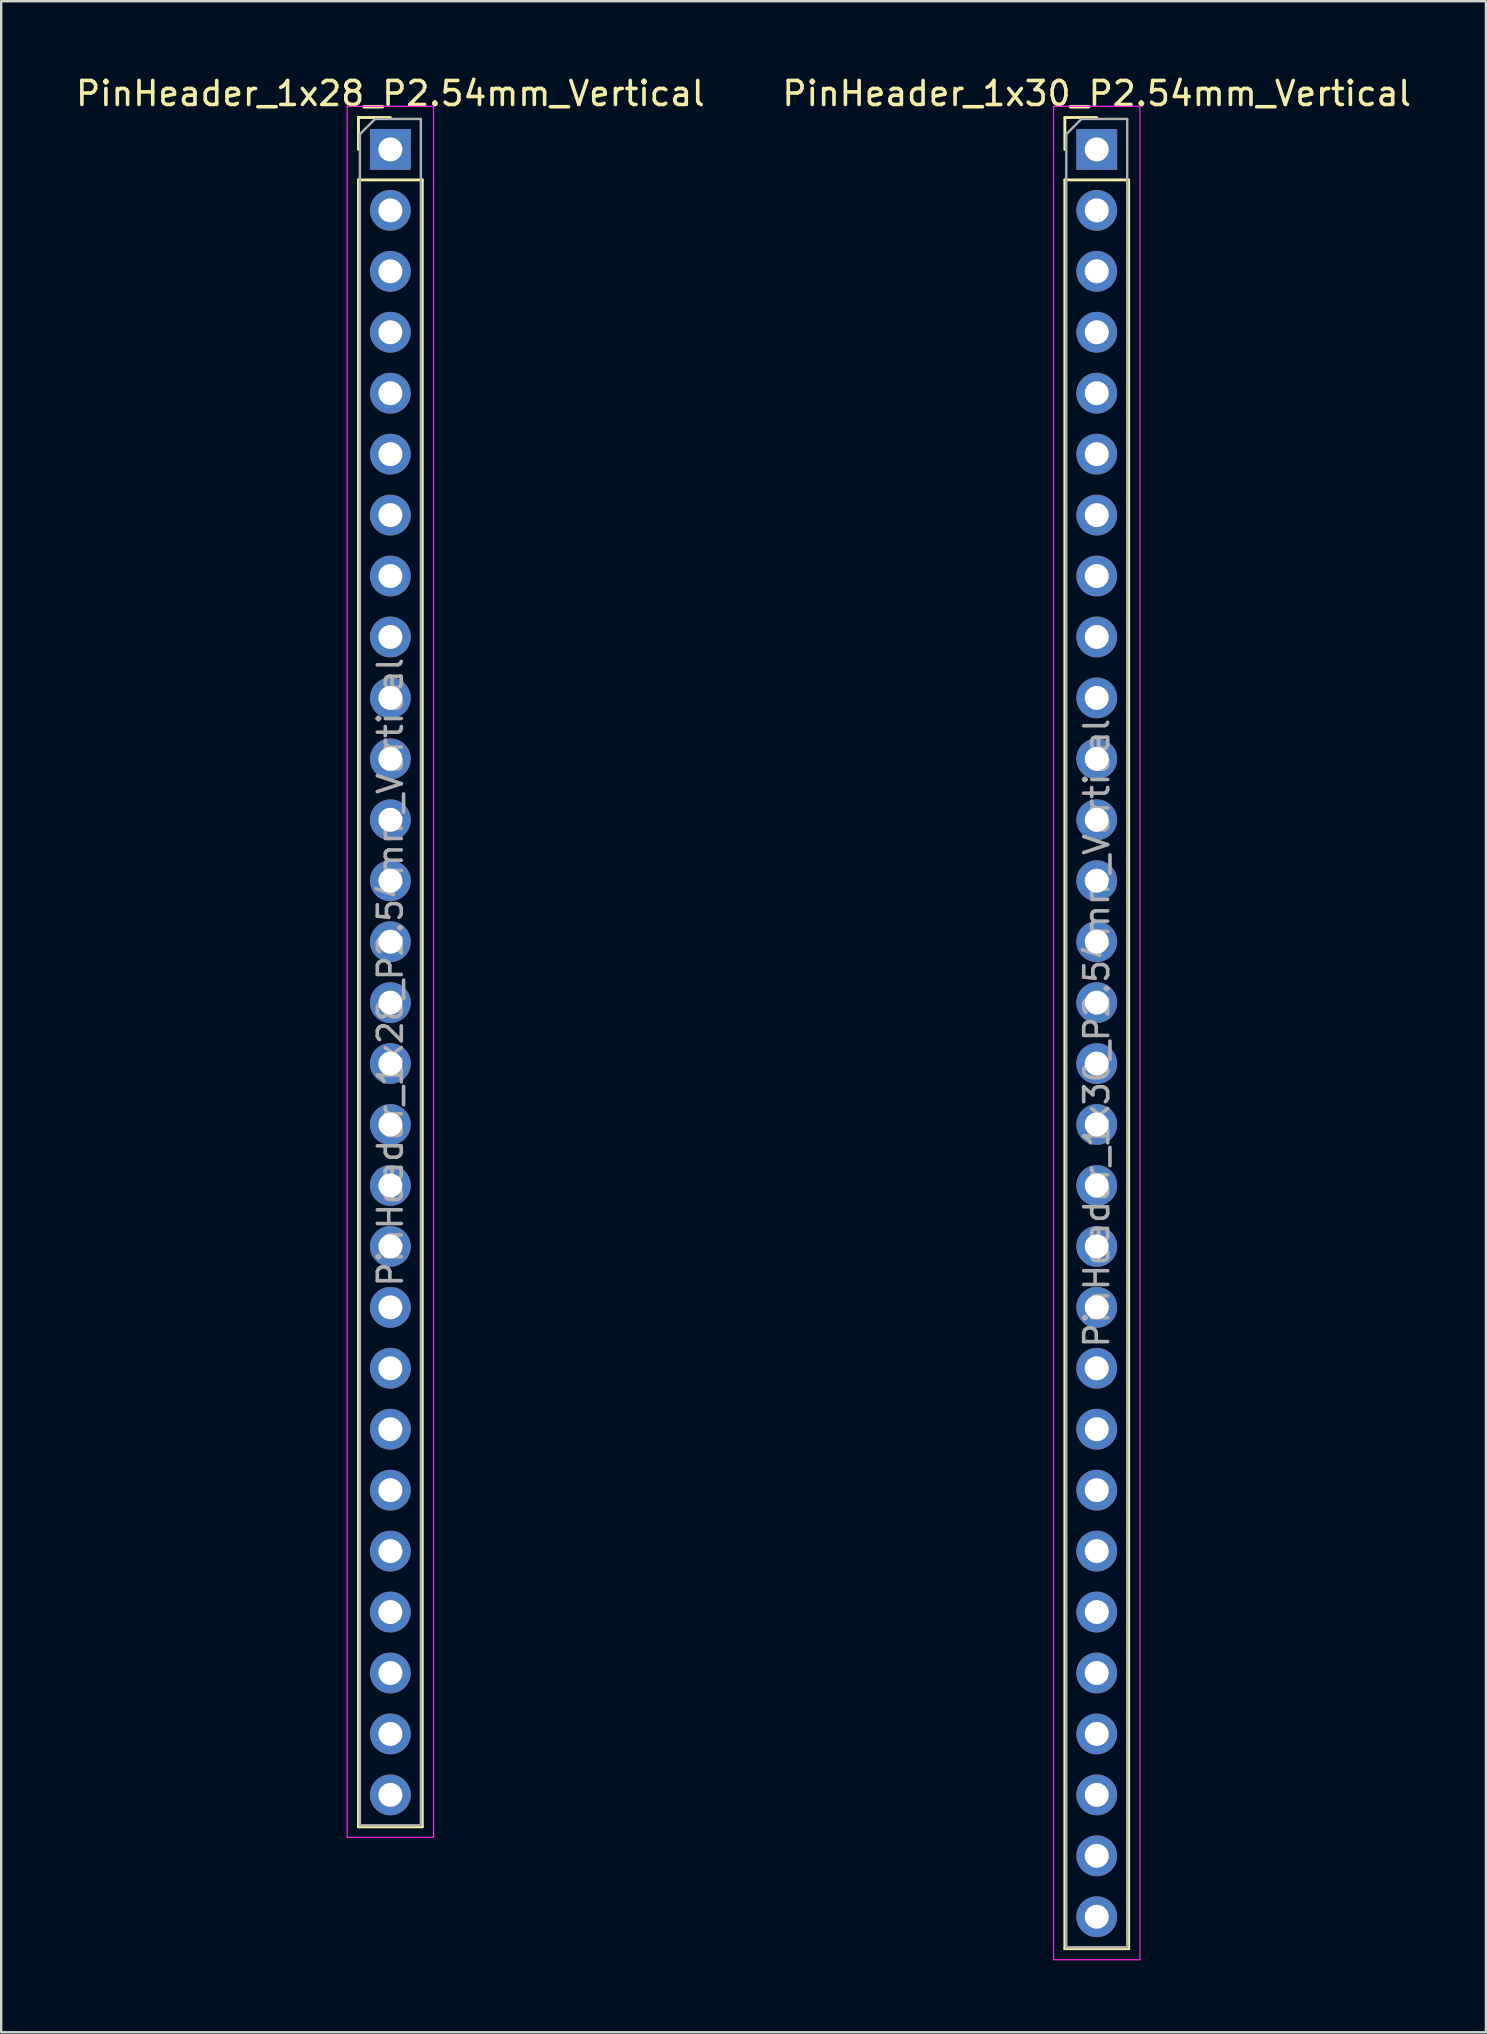
<source format=kicad_pcb>
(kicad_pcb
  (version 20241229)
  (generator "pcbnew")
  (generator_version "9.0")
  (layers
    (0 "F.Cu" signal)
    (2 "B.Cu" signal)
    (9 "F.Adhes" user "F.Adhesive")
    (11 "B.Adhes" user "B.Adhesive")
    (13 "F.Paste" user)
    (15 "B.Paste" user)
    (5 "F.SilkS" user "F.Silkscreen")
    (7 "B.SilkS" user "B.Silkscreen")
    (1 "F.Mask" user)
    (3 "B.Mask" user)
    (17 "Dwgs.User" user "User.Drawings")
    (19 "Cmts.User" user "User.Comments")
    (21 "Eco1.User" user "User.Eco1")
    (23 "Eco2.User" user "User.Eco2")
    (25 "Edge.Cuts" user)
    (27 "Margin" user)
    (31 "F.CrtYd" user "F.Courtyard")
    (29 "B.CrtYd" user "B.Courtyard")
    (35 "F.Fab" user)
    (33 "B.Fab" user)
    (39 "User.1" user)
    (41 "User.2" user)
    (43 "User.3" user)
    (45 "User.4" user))
  (footprint "PinHeader_1x30_P2.54mm_Vertical"
    (layer "F.Cu")
    (at 42.661 3.178)
    (property "Reference" "PinHeader_1x30_P2.54mm_Vertical" (at 0 -2.33 0) (layer "F.SilkS") (effects (font (size 1 1) (thickness 0.15))))
    (attr through_hole)
    (fp_line (start -1.33 -1.33) (end 0 -1.33) (stroke (width 0.12) (type solid)) (layer "F.SilkS"))
    (fp_line (start -1.33 0) (end -1.33 -1.33) (stroke (width 0.12) (type solid)) (layer "F.SilkS"))
    (fp_line (start -1.33 1.27) (end -1.33 74.99) (stroke (width 0.12) (type solid)) (layer "F.SilkS"))
    (fp_line (start -1.33 1.27) (end 1.33 1.27) (stroke (width 0.12) (type solid)) (layer "F.SilkS"))
    (fp_line (start -1.33 74.99) (end 1.33 74.99) (stroke (width 0.12) (type solid)) (layer "F.SilkS"))
    (fp_line (start 1.33 1.27) (end 1.33 74.99) (stroke (width 0.12) (type solid)) (layer "F.SilkS"))
    (fp_line (start -1.8 -1.8) (end -1.8 75.45) (stroke (width 0.05) (type solid)) (layer "F.CrtYd"))
    (fp_line (start -1.8 75.45) (end 1.8 75.45) (stroke (width 0.05) (type solid)) (layer "F.CrtYd"))
    (fp_line (start 1.8 -1.8) (end -1.8 -1.8) (stroke (width 0.05) (type solid)) (layer "F.CrtYd"))
    (fp_line (start 1.8 75.45) (end 1.8 -1.8) (stroke (width 0.05) (type solid)) (layer "F.CrtYd"))
    (fp_line (start -1.27 -0.635) (end -0.635 -1.27) (stroke (width 0.1) (type solid)) (layer "F.Fab"))
    (fp_line (start -1.27 74.93) (end -1.27 -0.635) (stroke (width 0.1) (type solid)) (layer "F.Fab"))
    (fp_line (start -0.635 -1.27) (end 1.27 -1.27) (stroke (width 0.1) (type solid)) (layer "F.Fab"))
    (fp_line (start 1.27 -1.27) (end 1.27 74.93) (stroke (width 0.1) (type solid)) (layer "F.Fab"))
    (fp_line (start 1.27 74.93) (end -1.27 74.93) (stroke (width 0.1) (type solid)) (layer "F.Fab"))
    (fp_text user "${REFERENCE}" (at 0 36.83 90) (layer "F.Fab") (effects (font (size 1 1) (thickness 0.15))))
    (pad "1" thru_hole rect (at 0 0) (size 1.7 1.7) (drill 1) (layers "*.Cu" "*.Mask"))
    (pad "2" thru_hole oval (at 0 2.54) (size 1.7 1.7) (drill 1) (layers "*.Cu" "*.Mask"))
    (pad "3" thru_hole oval (at 0 5.08) (size 1.7 1.7) (drill 1) (layers "*.Cu" "*.Mask"))
    (pad "4" thru_hole oval (at 0 7.62) (size 1.7 1.7) (drill 1) (layers "*.Cu" "*.Mask"))
    (pad "5" thru_hole oval (at 0 10.16) (size 1.7 1.7) (drill 1) (layers "*.Cu" "*.Mask"))
    (pad "6" thru_hole oval (at 0 12.7) (size 1.7 1.7) (drill 1) (layers "*.Cu" "*.Mask"))
    (pad "7" thru_hole oval (at 0 15.24) (size 1.7 1.7) (drill 1) (layers "*.Cu" "*.Mask"))
    (pad "8" thru_hole oval (at 0 17.78) (size 1.7 1.7) (drill 1) (layers "*.Cu" "*.Mask"))
    (pad "9" thru_hole oval (at 0 20.32) (size 1.7 1.7) (drill 1) (layers "*.Cu" "*.Mask"))
    (pad "10" thru_hole oval (at 0 22.86) (size 1.7 1.7) (drill 1) (layers "*.Cu" "*.Mask"))
    (pad "11" thru_hole oval (at 0 25.4) (size 1.7 1.7) (drill 1) (layers "*.Cu" "*.Mask"))
    (pad "12" thru_hole oval (at 0 27.94) (size 1.7 1.7) (drill 1) (layers "*.Cu" "*.Mask"))
    (pad "13" thru_hole oval (at 0 30.48) (size 1.7 1.7) (drill 1) (layers "*.Cu" "*.Mask"))
    (pad "14" thru_hole oval (at 0 33.02) (size 1.7 1.7) (drill 1) (layers "*.Cu" "*.Mask"))
    (pad "15" thru_hole oval (at 0 35.56) (size 1.7 1.7) (drill 1) (layers "*.Cu" "*.Mask"))
    (pad "16" thru_hole oval (at 0 38.1) (size 1.7 1.7) (drill 1) (layers "*.Cu" "*.Mask"))
    (pad "17" thru_hole oval (at 0 40.64) (size 1.7 1.7) (drill 1) (layers "*.Cu" "*.Mask"))
    (pad "18" thru_hole oval (at 0 43.18) (size 1.7 1.7) (drill 1) (layers "*.Cu" "*.Mask"))
    (pad "19" thru_hole oval (at 0 45.72) (size 1.7 1.7) (drill 1) (layers "*.Cu" "*.Mask"))
    (pad "20" thru_hole oval (at 0 48.26) (size 1.7 1.7) (drill 1) (layers "*.Cu" "*.Mask"))
    (pad "21" thru_hole oval (at 0 50.8) (size 1.7 1.7) (drill 1) (layers "*.Cu" "*.Mask"))
    (pad "22" thru_hole oval (at 0 53.34) (size 1.7 1.7) (drill 1) (layers "*.Cu" "*.Mask"))
    (pad "23" thru_hole oval (at 0 55.88) (size 1.7 1.7) (drill 1) (layers "*.Cu" "*.Mask"))
    (pad "24" thru_hole oval (at 0 58.42) (size 1.7 1.7) (drill 1) (layers "*.Cu" "*.Mask"))
    (pad "25" thru_hole oval (at 0 60.96) (size 1.7 1.7) (drill 1) (layers "*.Cu" "*.Mask"))
    (pad "26" thru_hole oval (at 0 63.5) (size 1.7 1.7) (drill 1) (layers "*.Cu" "*.Mask"))
    (pad "27" thru_hole oval (at 0 66.04) (size 1.7 1.7) (drill 1) (layers "*.Cu" "*.Mask"))
    (pad "28" thru_hole oval (at 0 68.58) (size 1.7 1.7) (drill 1) (layers "*.Cu" "*.Mask"))
    (pad "29" thru_hole oval (at 0 71.12) (size 1.7 1.7) (drill 1) (layers "*.Cu" "*.Mask"))
    (pad "30" thru_hole oval (at 0 73.66) (size 1.7 1.7) (drill 1) (layers "*.Cu" "*.Mask")))
  (footprint "PinHeader_1x28_P2.54mm_Vertical"
    (layer "F.Cu")
    (at 13.22 3.178)
    (property "Reference" "PinHeader_1x28_P2.54mm_Vertical" (at 0 -2.33 0) (layer "F.SilkS") (effects (font (size 1 1) (thickness 0.15))))
    (attr through_hole)
    (fp_line (start -1.33 -1.33) (end 0 -1.33) (stroke (width 0.12) (type solid)) (layer "F.SilkS"))
    (fp_line (start -1.33 0) (end -1.33 -1.33) (stroke (width 0.12) (type solid)) (layer "F.SilkS"))
    (fp_line (start -1.33 1.27) (end -1.33 69.91) (stroke (width 0.12) (type solid)) (layer "F.SilkS"))
    (fp_line (start -1.33 1.27) (end 1.33 1.27) (stroke (width 0.12) (type solid)) (layer "F.SilkS"))
    (fp_line (start -1.33 69.91) (end 1.33 69.91) (stroke (width 0.12) (type solid)) (layer "F.SilkS"))
    (fp_line (start 1.33 1.27) (end 1.33 69.91) (stroke (width 0.12) (type solid)) (layer "F.SilkS"))
    (fp_line (start -1.8 -1.8) (end -1.8 70.35) (stroke (width 0.05) (type solid)) (layer "F.CrtYd"))
    (fp_line (start -1.8 70.35) (end 1.8 70.35) (stroke (width 0.05) (type solid)) (layer "F.CrtYd"))
    (fp_line (start 1.8 -1.8) (end -1.8 -1.8) (stroke (width 0.05) (type solid)) (layer "F.CrtYd"))
    (fp_line (start 1.8 70.35) (end 1.8 -1.8) (stroke (width 0.05) (type solid)) (layer "F.CrtYd"))
    (fp_line (start -1.27 -0.635) (end -0.635 -1.27) (stroke (width 0.1) (type solid)) (layer "F.Fab"))
    (fp_line (start -1.27 69.85) (end -1.27 -0.635) (stroke (width 0.1) (type solid)) (layer "F.Fab"))
    (fp_line (start -0.635 -1.27) (end 1.27 -1.27) (stroke (width 0.1) (type solid)) (layer "F.Fab"))
    (fp_line (start 1.27 -1.27) (end 1.27 69.85) (stroke (width 0.1) (type solid)) (layer "F.Fab"))
    (fp_line (start 1.27 69.85) (end -1.27 69.85) (stroke (width 0.1) (type solid)) (layer "F.Fab"))
    (fp_text user "${REFERENCE}" (at 0 34.29 90) (layer "F.Fab") (effects (font (size 1 1) (thickness 0.15))))
    (pad "1" thru_hole rect (at 0 0) (size 1.7 1.7) (drill 1) (layers "*.Cu" "*.Mask"))
    (pad "2" thru_hole oval (at 0 2.54) (size 1.7 1.7) (drill 1) (layers "*.Cu" "*.Mask"))
    (pad "3" thru_hole oval (at 0 5.08) (size 1.7 1.7) (drill 1) (layers "*.Cu" "*.Mask"))
    (pad "4" thru_hole oval (at 0 7.62) (size 1.7 1.7) (drill 1) (layers "*.Cu" "*.Mask"))
    (pad "5" thru_hole oval (at 0 10.16) (size 1.7 1.7) (drill 1) (layers "*.Cu" "*.Mask"))
    (pad "6" thru_hole oval (at 0 12.7) (size 1.7 1.7) (drill 1) (layers "*.Cu" "*.Mask"))
    (pad "7" thru_hole oval (at 0 15.24) (size 1.7 1.7) (drill 1) (layers "*.Cu" "*.Mask"))
    (pad "8" thru_hole oval (at 0 17.78) (size 1.7 1.7) (drill 1) (layers "*.Cu" "*.Mask"))
    (pad "9" thru_hole oval (at 0 20.32) (size 1.7 1.7) (drill 1) (layers "*.Cu" "*.Mask"))
    (pad "10" thru_hole oval (at 0 22.86) (size 1.7 1.7) (drill 1) (layers "*.Cu" "*.Mask"))
    (pad "11" thru_hole oval (at 0 25.4) (size 1.7 1.7) (drill 1) (layers "*.Cu" "*.Mask"))
    (pad "12" thru_hole oval (at 0 27.94) (size 1.7 1.7) (drill 1) (layers "*.Cu" "*.Mask"))
    (pad "13" thru_hole oval (at 0 30.48) (size 1.7 1.7) (drill 1) (layers "*.Cu" "*.Mask"))
    (pad "14" thru_hole oval (at 0 33.02) (size 1.7 1.7) (drill 1) (layers "*.Cu" "*.Mask"))
    (pad "15" thru_hole oval (at 0 35.56) (size 1.7 1.7) (drill 1) (layers "*.Cu" "*.Mask"))
    (pad "16" thru_hole oval (at 0 38.1) (size 1.7 1.7) (drill 1) (layers "*.Cu" "*.Mask"))
    (pad "17" thru_hole oval (at 0 40.64) (size 1.7 1.7) (drill 1) (layers "*.Cu" "*.Mask"))
    (pad "18" thru_hole oval (at 0 43.18) (size 1.7 1.7) (drill 1) (layers "*.Cu" "*.Mask"))
    (pad "19" thru_hole oval (at 0 45.72) (size 1.7 1.7) (drill 1) (layers "*.Cu" "*.Mask"))
    (pad "20" thru_hole oval (at 0 48.26) (size 1.7 1.7) (drill 1) (layers "*.Cu" "*.Mask"))
    (pad "21" thru_hole oval (at 0 50.8) (size 1.7 1.7) (drill 1) (layers "*.Cu" "*.Mask"))
    (pad "22" thru_hole oval (at 0 53.34) (size 1.7 1.7) (drill 1) (layers "*.Cu" "*.Mask"))
    (pad "23" thru_hole oval (at 0 55.88) (size 1.7 1.7) (drill 1) (layers "*.Cu" "*.Mask"))
    (pad "24" thru_hole oval (at 0 58.42) (size 1.7 1.7) (drill 1) (layers "*.Cu" "*.Mask"))
    (pad "25" thru_hole oval (at 0 60.96) (size 1.7 1.7) (drill 1) (layers "*.Cu" "*.Mask"))
    (pad "26" thru_hole oval (at 0 63.5) (size 1.7 1.7) (drill 1) (layers "*.Cu" "*.Mask"))
    (pad "27" thru_hole oval (at 0 66.04) (size 1.7 1.7) (drill 1) (layers "*.Cu" "*.Mask"))
    (pad "28" thru_hole oval (at 0 68.58) (size 1.7 1.7) (drill 1) (layers "*.Cu" "*.Mask")))
  (gr_rect
    (start -3 -3)
    (end 58.881 81.653)
    (stroke (width 0.1) (type default))
    (fill no)
    (layer "Edge.Cuts")))
</source>
